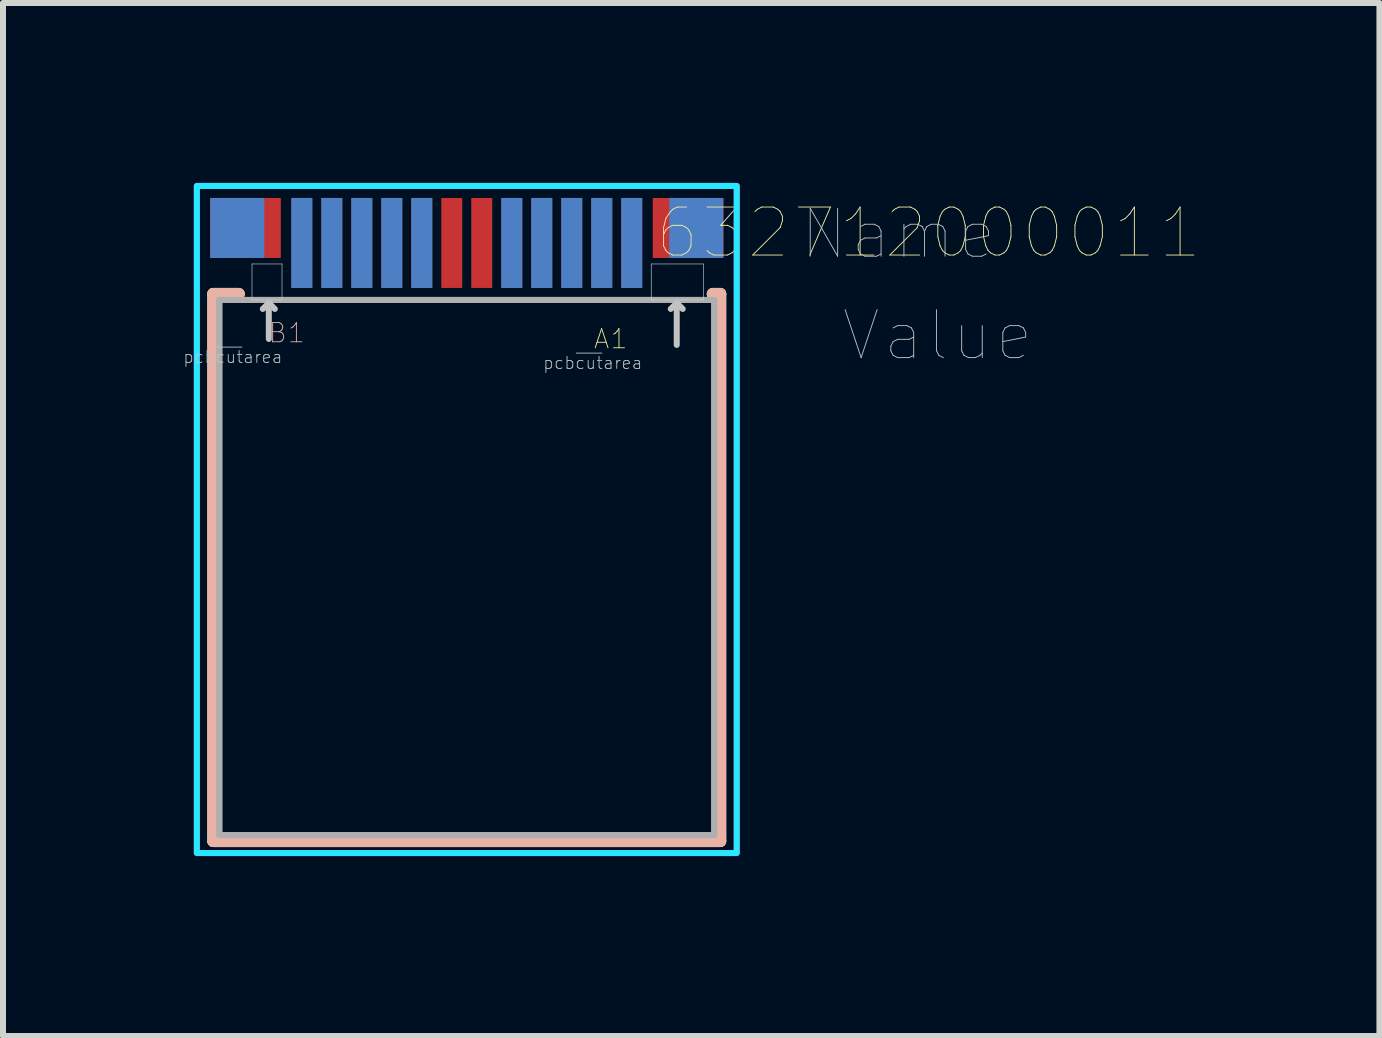
<source format=kicad_pcb>
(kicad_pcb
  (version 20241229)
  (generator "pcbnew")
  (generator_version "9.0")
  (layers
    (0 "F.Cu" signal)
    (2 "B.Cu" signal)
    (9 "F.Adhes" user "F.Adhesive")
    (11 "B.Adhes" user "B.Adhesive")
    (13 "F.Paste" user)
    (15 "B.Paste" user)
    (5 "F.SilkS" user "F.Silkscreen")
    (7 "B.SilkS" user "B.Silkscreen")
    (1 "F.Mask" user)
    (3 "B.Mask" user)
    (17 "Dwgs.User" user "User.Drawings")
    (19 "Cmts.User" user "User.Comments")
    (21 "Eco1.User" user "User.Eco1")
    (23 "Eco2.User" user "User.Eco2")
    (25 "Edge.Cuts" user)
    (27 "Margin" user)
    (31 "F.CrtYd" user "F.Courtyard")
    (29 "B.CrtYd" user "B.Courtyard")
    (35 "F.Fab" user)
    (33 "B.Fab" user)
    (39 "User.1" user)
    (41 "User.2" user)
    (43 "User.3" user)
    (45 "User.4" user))
  (footprint "632712000011"
    (layer "F.Cu")
    (at 4.731 1)
    (property "Reference" "632712000011" (at 7.7 -0.168 0) (layer "F.SilkS") (effects (font (size 0.8 0.8) (thickness 0.015))))
    (attr through_hole)
    (fp_line (start -4.225 0.85) (end -4.225 9.97) (stroke (width 0.2) (type solid)) (layer "F.SilkS"))
    (fp_line (start -4.225 9.97) (end 4.225 9.97) (stroke (width 0.2) (type solid)) (layer "F.SilkS"))
    (fp_line (start -3.8 0.85) (end -4.225 0.85) (stroke (width 0.2) (type solid)) (layer "F.SilkS"))
    (fp_line (start 4.225 0.85) (end 4.1 0.85) (stroke (width 0.2) (type solid)) (layer "F.SilkS"))
    (fp_line (start 4.225 9.97) (end 4.225 0.85) (stroke (width 0.2) (type solid)) (layer "F.SilkS"))
    (fp_line (start -4.225 0.85) (end -4.225 9.97) (stroke (width 0.2) (type solid)) (layer "B.SilkS"))
    (fp_line (start -4.225 9.97) (end 4.225 9.97) (stroke (width 0.2) (type solid)) (layer "B.SilkS"))
    (fp_line (start -3.8 0.85) (end -4.225 0.85) (stroke (width 0.2) (type solid)) (layer "B.SilkS"))
    (fp_line (start 4.225 0.85) (end 4.1 0.85) (stroke (width 0.2) (type solid)) (layer "B.SilkS"))
    (fp_line (start 4.225 9.97) (end 4.225 0.85) (stroke (width 0.2) (type solid)) (layer "B.SilkS"))
    (fp_line (start -3.3 1) (end -3.4 1.1) (stroke (width 0.1) (type solid)) (layer "Dwgs.User"))
    (fp_line (start -3.3 1) (end -3.3 1.6) (stroke (width 0.1) (type solid)) (layer "Dwgs.User"))
    (fp_line (start -3.3 1) (end -3.2 1.1) (stroke (width 0.1) (type solid)) (layer "Dwgs.User"))
    (fp_line (start 3.5 1) (end 3.4 1.1) (stroke (width 0.1) (type solid)) (layer "Dwgs.User"))
    (fp_line (start 3.5 1) (end 3.5 1.7) (stroke (width 0.1) (type solid)) (layer "Dwgs.User"))
    (fp_line (start 3.5 1) (end 3.6 1.1) (stroke (width 0.1) (type solid)) (layer "Dwgs.User"))
    (fp_line (start -3.58 0.35) (end -3.08 0.35) (stroke (width 0.01) (type solid)) (layer "Edge.Cuts"))
    (fp_line (start -3.58 0.95) (end -3.58 0.35) (stroke (width 0.01) (type solid)) (layer "Edge.Cuts"))
    (fp_line (start -3.08 0.35) (end -3.08 0.95) (stroke (width 0.01) (type solid)) (layer "Edge.Cuts"))
    (fp_line (start -3.08 0.95) (end -3.58 0.95) (stroke (width 0.01) (type solid)) (layer "Edge.Cuts"))
    (fp_line (start 3.075 0.35) (end 3.945 0.35) (stroke (width 0.01) (type solid)) (layer "Edge.Cuts"))
    (fp_line (start 3.075 0.95) (end 3.075 0.35) (stroke (width 0.01) (type solid)) (layer "Edge.Cuts"))
    (fp_line (start 3.945 0.35) (end 3.945 0.95) (stroke (width 0.01) (type solid)) (layer "Edge.Cuts"))
    (fp_line (start 3.945 0.95) (end 3.075 0.95) (stroke (width 0.01) (type solid)) (layer "Edge.Cuts"))
    (fp_poly (pts (xy -4.5 -0.95) (xy 4.5 -0.95) (xy 4.5 10.17) (xy -4.5 10.17)) (stroke (width 0.1) (type solid)) (fill no) (layer "B.CrtYd"))
    (fp_poly (pts (xy -4.5 -0.95) (xy 4.5 -0.95) (xy 4.5 10.17) (xy -4.5 10.17)) (stroke (width 0.1) (type solid)) (fill no) (layer "F.CrtYd"))
    (fp_line (start -4.125 0.95) (end -4.125 9.87) (stroke (width 0.1) (type solid)) (layer "F.Fab"))
    (fp_line (start -4.125 0.95) (end -4.125 9.87) (stroke (width 0.1) (type solid)) (layer "F.Fab"))
    (fp_line (start -4.125 0.95) (end 4.125 0.95) (stroke (width 0.1) (type solid)) (layer "F.Fab"))
    (fp_line (start -4.125 9.87) (end 4.125 9.87) (stroke (width 0.1) (type solid)) (layer "F.Fab"))
    (fp_line (start -4.125 9.87) (end 4.125 9.87) (stroke (width 0.1) (type solid)) (layer "F.Fab"))
    (fp_line (start 4.125 0.95) (end -4.125 0.95) (stroke (width 0.1) (type solid)) (layer "F.Fab"))
    (fp_line (start 4.125 9.87) (end 4.125 0.95) (stroke (width 0.1) (type solid)) (layer "F.Fab"))
    (fp_line (start 4.125 9.87) (end 4.125 0.95) (stroke (width 0.1) (type solid)) (layer "F.Fab"))
    (fp_text user "A1" (at 2.4 1.6 0) (layer "F.SilkS") (effects (font (size 0.32 0.32) (thickness 0.015))))
    (fp_text user "B1" (at -3 1.5 0) (layer "B.SilkS") (effects (font (size 0.32 0.32) (thickness 0.015))))
    (fp_text user "Value" (at 7.85 1.542 0) (layer "Dwgs.User") (effects (font (size 0.8 0.8) (thickness 0.015))))
    (fp_text user "pcb~{cut}area" (at 2.1 2 0) (layer "Dwgs.User") (effects (font (size 0.2 0.2) (thickness 0.015))))
    (fp_text user "Name" (at 7.192 -0.148 0) (layer "Dwgs.User") (effects (font (size 0.8 0.8) (thickness 0.015))))
    (fp_text user "pcb~{cut}area" (at -3.9 1.9 0) (layer "Dwgs.User") (effects (font (size 0.2 0.2) (thickness 0.015))))
    (pad "A1" smd rect (at 2.75 0) (size 0.35 1.5) (layers "F.Cu" "F.Mask" "F.Paste"))
    (pad "A2" smd rect (at 2.25 0) (size 0.35 1.5) (layers "F.Cu" "F.Mask" "F.Paste"))
    (pad "A3" smd rect (at 1.75 0) (size 0.35 1.5) (layers "F.Cu" "F.Mask" "F.Paste"))
    (pad "A4" smd rect (at 1.25 0) (size 0.35 1.5) (layers "F.Cu" "F.Mask" "F.Paste"))
    (pad "A5" smd rect (at 0.75 0) (size 0.35 1.5) (layers "F.Cu" "F.Mask" "F.Paste"))
    (pad "A6" smd rect (at 0.25 0) (size 0.35 1.5) (layers "F.Cu" "F.Mask" "F.Paste"))
    (pad "A7" smd rect (at -0.25 0) (size 0.35 1.5) (layers "F.Cu" "F.Mask" "F.Paste"))
    (pad "A8" smd rect (at -0.75 0) (size 0.35 1.5) (layers "F.Cu" "F.Mask" "F.Paste"))
    (pad "A9" smd rect (at -1.25 0) (size 0.35 1.5) (layers "F.Cu" "F.Mask" "F.Paste"))
    (pad "A10" smd rect (at -1.75 0) (size 0.35 1.5) (layers "F.Cu" "F.Mask" "F.Paste"))
    (pad "A11" smd rect (at -2.25 0) (size 0.35 1.5) (layers "F.Cu" "F.Mask" "F.Paste"))
    (pad "A12" smd rect (at -2.75 0) (size 0.35 1.5) (layers "F.Cu" "F.Mask" "F.Paste"))
    (pad "B1" smd rect (at -2.75 0) (size 0.35 1.5) (layers "B.Cu" "B.Mask" "B.Paste"))
    (pad "B2" smd rect (at -2.25 0) (size 0.35 1.5) (layers "B.Cu" "B.Mask" "B.Paste"))
    (pad "B3" smd rect (at -1.75 0) (size 0.35 1.5) (layers "B.Cu" "B.Mask" "B.Paste"))
    (pad "B4" smd rect (at -1.25 0) (size 0.35 1.5) (layers "B.Cu" "B.Mask" "B.Paste"))
    (pad "B5" smd rect (at -0.75 0) (size 0.35 1.5) (layers "B.Cu" "B.Mask" "B.Paste"))
    (pad "B8" smd rect (at 0.75 0) (size 0.35 1.5) (layers "B.Cu" "B.Mask" "B.Paste"))
    (pad "B9" smd rect (at 1.25 0) (size 0.35 1.5) (layers "B.Cu" "B.Mask" "B.Paste"))
    (pad "B10" smd rect (at 1.75 0) (size 0.35 1.5) (layers "B.Cu" "B.Mask" "B.Paste"))
    (pad "B11" smd rect (at 2.25 0) (size 0.35 1.5) (layers "B.Cu" "B.Mask" "B.Paste"))
    (pad "B12" smd rect (at 2.75 0) (size 0.35 1.5) (layers "B.Cu" "B.Mask" "B.Paste"))
    (pad "S1" smd rect (at -3.69 -0.25) (size 1.18 1) (layers "F.Cu" "F.Mask" "F.Paste"))
    (pad "S2" smd rect (at 3.69 -0.25) (size 1.18 1) (layers "F.Cu" "F.Mask" "F.Paste"))
    (pad "S3" smd rect (at -3.825 -0.25) (size 0.9 1) (layers "B.Cu" "B.Mask" "B.Paste"))
    (pad "S4" smd rect (at 3.825 -0.25) (size 0.9 1) (layers "B.Cu" "B.Mask" "B.Paste")))
  (gr_rect
    (start -3 -3)
    (end 19.945 14.22)
    (stroke (width 0.1) (type default))
    (fill no)
    (layer "Edge.Cuts")))
</source>
